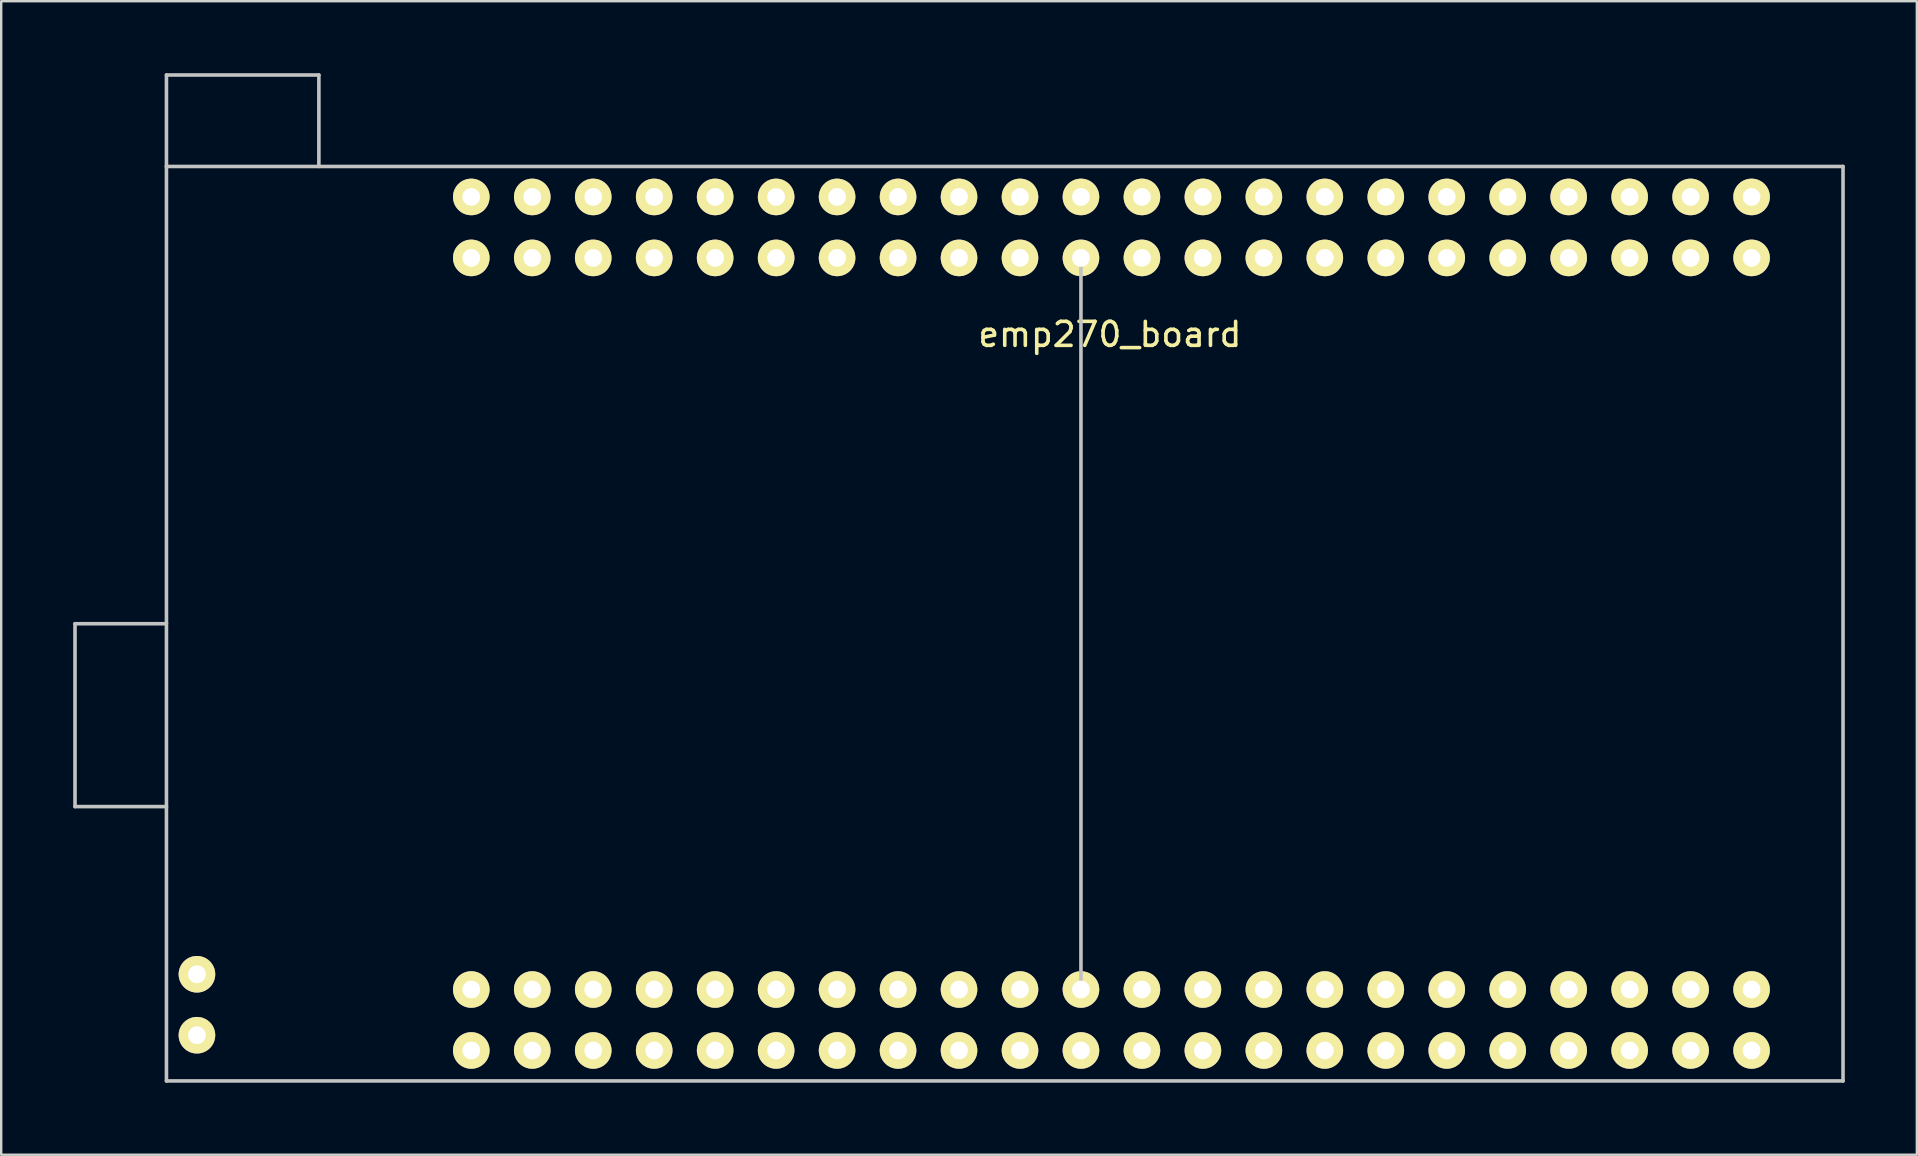
<source format=kicad_pcb>
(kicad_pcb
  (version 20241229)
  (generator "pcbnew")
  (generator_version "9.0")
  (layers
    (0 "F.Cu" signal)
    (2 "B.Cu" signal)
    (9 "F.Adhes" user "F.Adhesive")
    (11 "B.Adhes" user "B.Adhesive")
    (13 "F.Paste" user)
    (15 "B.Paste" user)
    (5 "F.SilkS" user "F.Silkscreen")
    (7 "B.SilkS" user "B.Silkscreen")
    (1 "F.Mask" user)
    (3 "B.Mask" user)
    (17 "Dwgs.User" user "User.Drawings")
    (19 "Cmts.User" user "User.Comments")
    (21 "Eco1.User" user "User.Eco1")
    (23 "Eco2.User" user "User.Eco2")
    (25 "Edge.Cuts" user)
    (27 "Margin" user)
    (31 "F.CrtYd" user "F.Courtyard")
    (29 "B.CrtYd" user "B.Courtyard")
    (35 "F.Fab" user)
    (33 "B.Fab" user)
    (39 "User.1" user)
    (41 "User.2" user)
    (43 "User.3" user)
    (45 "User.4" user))
  (footprint "emp270_board"
    (layer "F.Cu")
    (at 41.985 25.475)
    (property "Reference" "emp270_board" (at 1.206 -14.592 0) (layer "F.SilkS") (effects (font (size 1 1) (thickness 0.15))))
    (attr through_hole)
    (fp_line (start -41.91 -2.54) (end -38.1 -2.54) (stroke (width 0.15) (type solid)) (layer "Dwgs.User"))
    (fp_line (start -41.91 5.08) (end -41.91 -2.54) (stroke (width 0.15) (type solid)) (layer "Dwgs.User"))
    (fp_line (start -38.1 -25.4) (end -31.75 -25.4) (stroke (width 0.15) (type solid)) (layer "Dwgs.User"))
    (fp_line (start -38.1 -21.59) (end -38.1 -25.4) (stroke (width 0.15) (type solid)) (layer "Dwgs.User"))
    (fp_line (start -38.1 -21.59) (end -38.1 16.51) (stroke (width 0.15) (type solid)) (layer "Dwgs.User"))
    (fp_line (start -38.1 5.08) (end -41.91 5.08) (stroke (width 0.15) (type solid)) (layer "Dwgs.User"))
    (fp_line (start -38.1 16.51) (end 31.75 16.51) (stroke (width 0.15) (type solid)) (layer "Dwgs.User"))
    (fp_line (start -31.75 -25.4) (end -31.75 -21.59) (stroke (width 0.15) (type solid)) (layer "Dwgs.User"))
    (fp_line (start 0 -17.78) (end 0 12.7) (stroke (width 0.15) (type solid)) (layer "Dwgs.User"))
    (fp_line (start 31.75 -21.59) (end -38.1 -21.59) (stroke (width 0.15) (type solid)) (layer "Dwgs.User"))
    (fp_line (start 31.75 16.51) (end 31.75 -21.59) (stroke (width 0.15) (type solid)) (layer "Dwgs.User"))
    (pad "1" thru_hole circle (at 27.94 -20.32) (size 1.524 1.524) (drill 0.74) (layers "*.Cu" "*.Mask" "F.SilkS"))
    (pad "2" thru_hole circle (at 27.94 -17.78) (size 1.524 1.524) (drill 0.74) (layers "*.Cu" "*.Mask" "F.SilkS"))
    (pad "3" thru_hole circle (at 25.4 -20.32) (size 1.524 1.524) (drill 0.74) (layers "*.Cu" "*.Mask" "F.SilkS"))
    (pad "4" thru_hole circle (at 25.4 -17.78) (size 1.524 1.524) (drill 0.74) (layers "*.Cu" "*.Mask" "F.SilkS"))
    (pad "5" thru_hole circle (at 22.86 -20.32) (size 1.524 1.524) (drill 0.74) (layers "*.Cu" "*.Mask" "F.SilkS"))
    (pad "6" thru_hole circle (at 22.86 -17.78) (size 1.524 1.524) (drill 0.74) (layers "*.Cu" "*.Mask" "F.SilkS"))
    (pad "7" thru_hole circle (at 20.32 -20.32) (size 1.524 1.524) (drill 0.74) (layers "*.Cu" "*.Mask" "F.SilkS"))
    (pad "8" thru_hole circle (at 20.32 -17.78) (size 1.524 1.524) (drill 0.74) (layers "*.Cu" "*.Mask" "F.SilkS"))
    (pad "9" thru_hole circle (at 17.78 -20.32) (size 1.524 1.524) (drill 0.74) (layers "*.Cu" "*.Mask" "F.SilkS"))
    (pad "10" thru_hole circle (at 17.78 -17.78) (size 1.524 1.524) (drill 0.74) (layers "*.Cu" "*.Mask" "F.SilkS"))
    (pad "11" thru_hole circle (at 15.24 -20.32) (size 1.524 1.524) (drill 0.74) (layers "*.Cu" "*.Mask" "F.SilkS"))
    (pad "12" thru_hole circle (at 15.24 -17.78) (size 1.524 1.524) (drill 0.74) (layers "*.Cu" "*.Mask" "F.SilkS"))
    (pad "13" thru_hole circle (at 12.7 -20.32) (size 1.524 1.524) (drill 0.74) (layers "*.Cu" "*.Mask" "F.SilkS"))
    (pad "14" thru_hole circle (at 12.7 -17.78) (size 1.524 1.524) (drill 0.74) (layers "*.Cu" "*.Mask" "F.SilkS"))
    (pad "15" thru_hole circle (at 10.16 -20.32) (size 1.524 1.524) (drill 0.74) (layers "*.Cu" "*.Mask" "F.SilkS"))
    (pad "16" thru_hole circle (at 10.16 -17.78) (size 1.524 1.524) (drill 0.74) (layers "*.Cu" "*.Mask" "F.SilkS"))
    (pad "17" thru_hole circle (at 7.62 -20.32) (size 1.524 1.524) (drill 0.74) (layers "*.Cu" "*.Mask" "F.SilkS"))
    (pad "18" thru_hole circle (at 7.62 -17.78) (size 1.524 1.524) (drill 0.74) (layers "*.Cu" "*.Mask" "F.SilkS"))
    (pad "19" thru_hole circle (at 5.08 -20.32) (size 1.524 1.524) (drill 0.74) (layers "*.Cu" "*.Mask" "F.SilkS"))
    (pad "20" thru_hole circle (at 5.08 -17.78) (size 1.524 1.524) (drill 0.74) (layers "*.Cu" "*.Mask" "F.SilkS"))
    (pad "21" thru_hole circle (at 2.54 -20.32) (size 1.524 1.524) (drill 0.74) (layers "*.Cu" "*.Mask" "F.SilkS"))
    (pad "22" thru_hole circle (at 2.54 -17.78) (size 1.524 1.524) (drill 0.74) (layers "*.Cu" "*.Mask" "F.SilkS"))
    (pad "23" thru_hole circle (at 0 -20.32) (size 1.524 1.524) (drill 0.74) (layers "*.Cu" "*.Mask" "F.SilkS"))
    (pad "24" thru_hole circle (at 0 -17.78) (size 1.524 1.524) (drill 0.74) (layers "*.Cu" "*.Mask" "F.SilkS"))
    (pad "25" thru_hole circle (at -2.54 -20.32) (size 1.524 1.524) (drill 0.74) (layers "*.Cu" "*.Mask" "F.SilkS"))
    (pad "26" thru_hole circle (at -2.54 -17.78) (size 1.524 1.524) (drill 0.74) (layers "*.Cu" "*.Mask" "F.SilkS"))
    (pad "27" thru_hole circle (at -5.08 -20.32) (size 1.524 1.524) (drill 0.74) (layers "*.Cu" "*.Mask" "F.SilkS"))
    (pad "28" thru_hole circle (at -5.08 -17.78) (size 1.524 1.524) (drill 0.74) (layers "*.Cu" "*.Mask" "F.SilkS"))
    (pad "29" thru_hole circle (at -7.62 -20.32) (size 1.524 1.524) (drill 0.74) (layers "*.Cu" "*.Mask" "F.SilkS"))
    (pad "30" thru_hole circle (at -7.62 -17.78) (size 1.524 1.524) (drill 0.74) (layers "*.Cu" "*.Mask" "F.SilkS"))
    (pad "31" thru_hole circle (at -10.16 -20.32) (size 1.524 1.524) (drill 0.74) (layers "*.Cu" "*.Mask" "F.SilkS"))
    (pad "32" thru_hole circle (at -10.16 -17.78) (size 1.524 1.524) (drill 0.74) (layers "*.Cu" "*.Mask" "F.SilkS"))
    (pad "33" thru_hole circle (at -12.7 -20.32) (size 1.524 1.524) (drill 0.74) (layers "*.Cu" "*.Mask" "F.SilkS"))
    (pad "34" thru_hole circle (at -12.7 -17.78) (size 1.524 1.524) (drill 0.74) (layers "*.Cu" "*.Mask" "F.SilkS"))
    (pad "35" thru_hole circle (at -15.24 -20.32) (size 1.524 1.524) (drill 0.74) (layers "*.Cu" "*.Mask" "F.SilkS"))
    (pad "36" thru_hole circle (at -15.24 -17.78) (size 1.524 1.524) (drill 0.74) (layers "*.Cu" "*.Mask" "F.SilkS"))
    (pad "37" thru_hole circle (at -17.78 -20.32) (size 1.524 1.524) (drill 0.74) (layers "*.Cu" "*.Mask" "F.SilkS"))
    (pad "38" thru_hole circle (at -17.78 -17.78) (size 1.524 1.524) (drill 0.74) (layers "*.Cu" "*.Mask" "F.SilkS"))
    (pad "39" thru_hole circle (at -20.32 -20.32) (size 1.524 1.524) (drill 0.74) (layers "*.Cu" "*.Mask" "F.SilkS"))
    (pad "40" thru_hole circle (at -20.32 -17.78) (size 1.524 1.524) (drill 0.74) (layers "*.Cu" "*.Mask" "F.SilkS"))
    (pad "41" thru_hole circle (at -22.86 -20.32) (size 1.524 1.524) (drill 0.74) (layers "*.Cu" "*.Mask" "F.SilkS"))
    (pad "42" thru_hole circle (at -22.86 -17.78) (size 1.524 1.524) (drill 0.74) (layers "*.Cu" "*.Mask" "F.SilkS"))
    (pad "43" thru_hole circle (at -25.4 -20.32) (size 1.524 1.524) (drill 0.74) (layers "*.Cu" "*.Mask" "F.SilkS"))
    (pad "44" thru_hole circle (at -25.4 -17.78) (size 1.524 1.524) (drill 0.74) (layers "*.Cu" "*.Mask" "F.SilkS"))
    (pad "45" thru_hole circle (at -25.4 15.24) (size 1.524 1.524) (drill 0.74) (layers "*.Cu" "*.Mask" "F.SilkS"))
    (pad "46" thru_hole circle (at -25.4 12.7) (size 1.524 1.524) (drill 0.74) (layers "*.Cu" "*.Mask" "F.SilkS"))
    (pad "47" thru_hole circle (at -22.86 15.24) (size 1.524 1.524) (drill 0.74) (layers "*.Cu" "*.Mask" "F.SilkS"))
    (pad "48" thru_hole circle (at -22.86 12.7) (size 1.524 1.524) (drill 0.74) (layers "*.Cu" "*.Mask" "F.SilkS"))
    (pad "49" thru_hole circle (at -20.32 15.24) (size 1.524 1.524) (drill 0.74) (layers "*.Cu" "*.Mask" "F.SilkS"))
    (pad "50" thru_hole circle (at -20.32 12.7) (size 1.524 1.524) (drill 0.74) (layers "*.Cu" "*.Mask" "F.SilkS"))
    (pad "51" thru_hole circle (at -17.78 15.24) (size 1.524 1.524) (drill 0.74) (layers "*.Cu" "*.Mask" "F.SilkS"))
    (pad "52" thru_hole circle (at -17.78 12.7) (size 1.524 1.524) (drill 0.74) (layers "*.Cu" "*.Mask" "F.SilkS"))
    (pad "53" thru_hole circle (at -15.24 15.24) (size 1.524 1.524) (drill 0.74) (layers "*.Cu" "*.Mask" "F.SilkS"))
    (pad "54" thru_hole circle (at -15.24 12.7) (size 1.524 1.524) (drill 0.74) (layers "*.Cu" "*.Mask" "F.SilkS"))
    (pad "55" thru_hole circle (at -12.7 15.24) (size 1.524 1.524) (drill 0.74) (layers "*.Cu" "*.Mask" "F.SilkS"))
    (pad "56" thru_hole circle (at -12.7 12.7) (size 1.524 1.524) (drill 0.74) (layers "*.Cu" "*.Mask" "F.SilkS"))
    (pad "57" thru_hole circle (at -10.16 15.24) (size 1.524 1.524) (drill 0.74) (layers "*.Cu" "*.Mask" "F.SilkS"))
    (pad "58" thru_hole circle (at -10.16 12.7) (size 1.524 1.524) (drill 0.74) (layers "*.Cu" "*.Mask" "F.SilkS"))
    (pad "59" thru_hole circle (at -7.62 15.24) (size 1.524 1.524) (drill 0.74) (layers "*.Cu" "*.Mask" "F.SilkS"))
    (pad "60" thru_hole circle (at -7.62 12.7) (size 1.524 1.524) (drill 0.74) (layers "*.Cu" "*.Mask" "F.SilkS"))
    (pad "61" thru_hole circle (at -5.08 15.24) (size 1.524 1.524) (drill 0.74) (layers "*.Cu" "*.Mask" "F.SilkS"))
    (pad "62" thru_hole circle (at -5.08 12.7) (size 1.524 1.524) (drill 0.74) (layers "*.Cu" "*.Mask" "F.SilkS"))
    (pad "63" thru_hole circle (at -2.54 15.24) (size 1.524 1.524) (drill 0.74) (layers "*.Cu" "*.Mask" "F.SilkS"))
    (pad "64" thru_hole circle (at -2.54 12.7) (size 1.524 1.524) (drill 0.74) (layers "*.Cu" "*.Mask" "F.SilkS"))
    (pad "65" thru_hole circle (at 0 15.24) (size 1.524 1.524) (drill 0.74) (layers "*.Cu" "*.Mask" "F.SilkS"))
    (pad "66" thru_hole circle (at 0 12.7) (size 1.524 1.524) (drill 0.74) (layers "*.Cu" "*.Mask" "F.SilkS"))
    (pad "67" thru_hole circle (at 2.54 15.24) (size 1.524 1.524) (drill 0.74) (layers "*.Cu" "*.Mask" "F.SilkS"))
    (pad "68" thru_hole circle (at 2.54 12.7) (size 1.524 1.524) (drill 0.74) (layers "*.Cu" "*.Mask" "F.SilkS"))
    (pad "69" thru_hole circle (at 5.08 15.24) (size 1.524 1.524) (drill 0.74) (layers "*.Cu" "*.Mask" "F.SilkS"))
    (pad "70" thru_hole circle (at 5.08 12.7) (size 1.524 1.524) (drill 0.74) (layers "*.Cu" "*.Mask" "F.SilkS"))
    (pad "71" thru_hole circle (at 7.62 15.24) (size 1.524 1.524) (drill 0.74) (layers "*.Cu" "*.Mask" "F.SilkS"))
    (pad "72" thru_hole circle (at 7.62 12.7) (size 1.524 1.524) (drill 0.74) (layers "*.Cu" "*.Mask" "F.SilkS"))
    (pad "73" thru_hole circle (at 10.16 15.24) (size 1.524 1.524) (drill 0.74) (layers "*.Cu" "*.Mask" "F.SilkS"))
    (pad "74" thru_hole circle (at 10.16 12.7) (size 1.524 1.524) (drill 0.74) (layers "*.Cu" "*.Mask" "F.SilkS"))
    (pad "75" thru_hole circle (at 12.7 15.24) (size 1.524 1.524) (drill 0.74) (layers "*.Cu" "*.Mask" "F.SilkS"))
    (pad "76" thru_hole circle (at 12.7 12.7) (size 1.524 1.524) (drill 0.74) (layers "*.Cu" "*.Mask" "F.SilkS"))
    (pad "77" thru_hole circle (at 15.24 15.24) (size 1.524 1.524) (drill 0.74) (layers "*.Cu" "*.Mask" "F.SilkS"))
    (pad "78" thru_hole circle (at 15.24 12.7) (size 1.524 1.524) (drill 0.74) (layers "*.Cu" "*.Mask" "F.SilkS"))
    (pad "79" thru_hole circle (at 17.78 15.24) (size 1.524 1.524) (drill 0.74) (layers "*.Cu" "*.Mask" "F.SilkS"))
    (pad "80" thru_hole circle (at 17.78 12.7) (size 1.524 1.524) (drill 0.74) (layers "*.Cu" "*.Mask" "F.SilkS"))
    (pad "81" thru_hole circle (at 20.32 15.24) (size 1.524 1.524) (drill 0.74) (layers "*.Cu" "*.Mask" "F.SilkS"))
    (pad "82" thru_hole circle (at 20.32 12.7) (size 1.524 1.524) (drill 0.74) (layers "*.Cu" "*.Mask" "F.SilkS"))
    (pad "83" thru_hole circle (at 22.86 15.24) (size 1.524 1.524) (drill 0.74) (layers "*.Cu" "*.Mask" "F.SilkS"))
    (pad "84" thru_hole circle (at 22.86 12.7) (size 1.524 1.524) (drill 0.74) (layers "*.Cu" "*.Mask" "F.SilkS"))
    (pad "85" thru_hole circle (at 25.4 15.24) (size 1.524 1.524) (drill 0.74) (layers "*.Cu" "*.Mask" "F.SilkS"))
    (pad "86" thru_hole circle (at 25.4 12.7) (size 1.524 1.524) (drill 0.74) (layers "*.Cu" "*.Mask" "F.SilkS"))
    (pad "87" thru_hole circle (at 27.94 15.24) (size 1.524 1.524) (drill 0.74) (layers "*.Cu" "*.Mask" "F.SilkS"))
    (pad "88" thru_hole circle (at 27.94 12.7) (size 1.524 1.524) (drill 0.74) (layers "*.Cu" "*.Mask" "F.SilkS"))
    (pad "89" thru_hole circle (at -36.83 12.065) (size 1.524 1.524) (drill 0.74) (layers "*.Cu" "*.Mask" "F.SilkS"))
    (pad "90" thru_hole circle (at -36.83 14.605) (size 1.524 1.524) (drill 0.74) (layers "*.Cu" "*.Mask" "F.SilkS")))
  (gr_rect
    (start -3 -3)
    (end 76.81 45.06)
    (stroke (width 0.1) (type default))
    (fill no)
    (layer "Edge.Cuts")))
</source>
